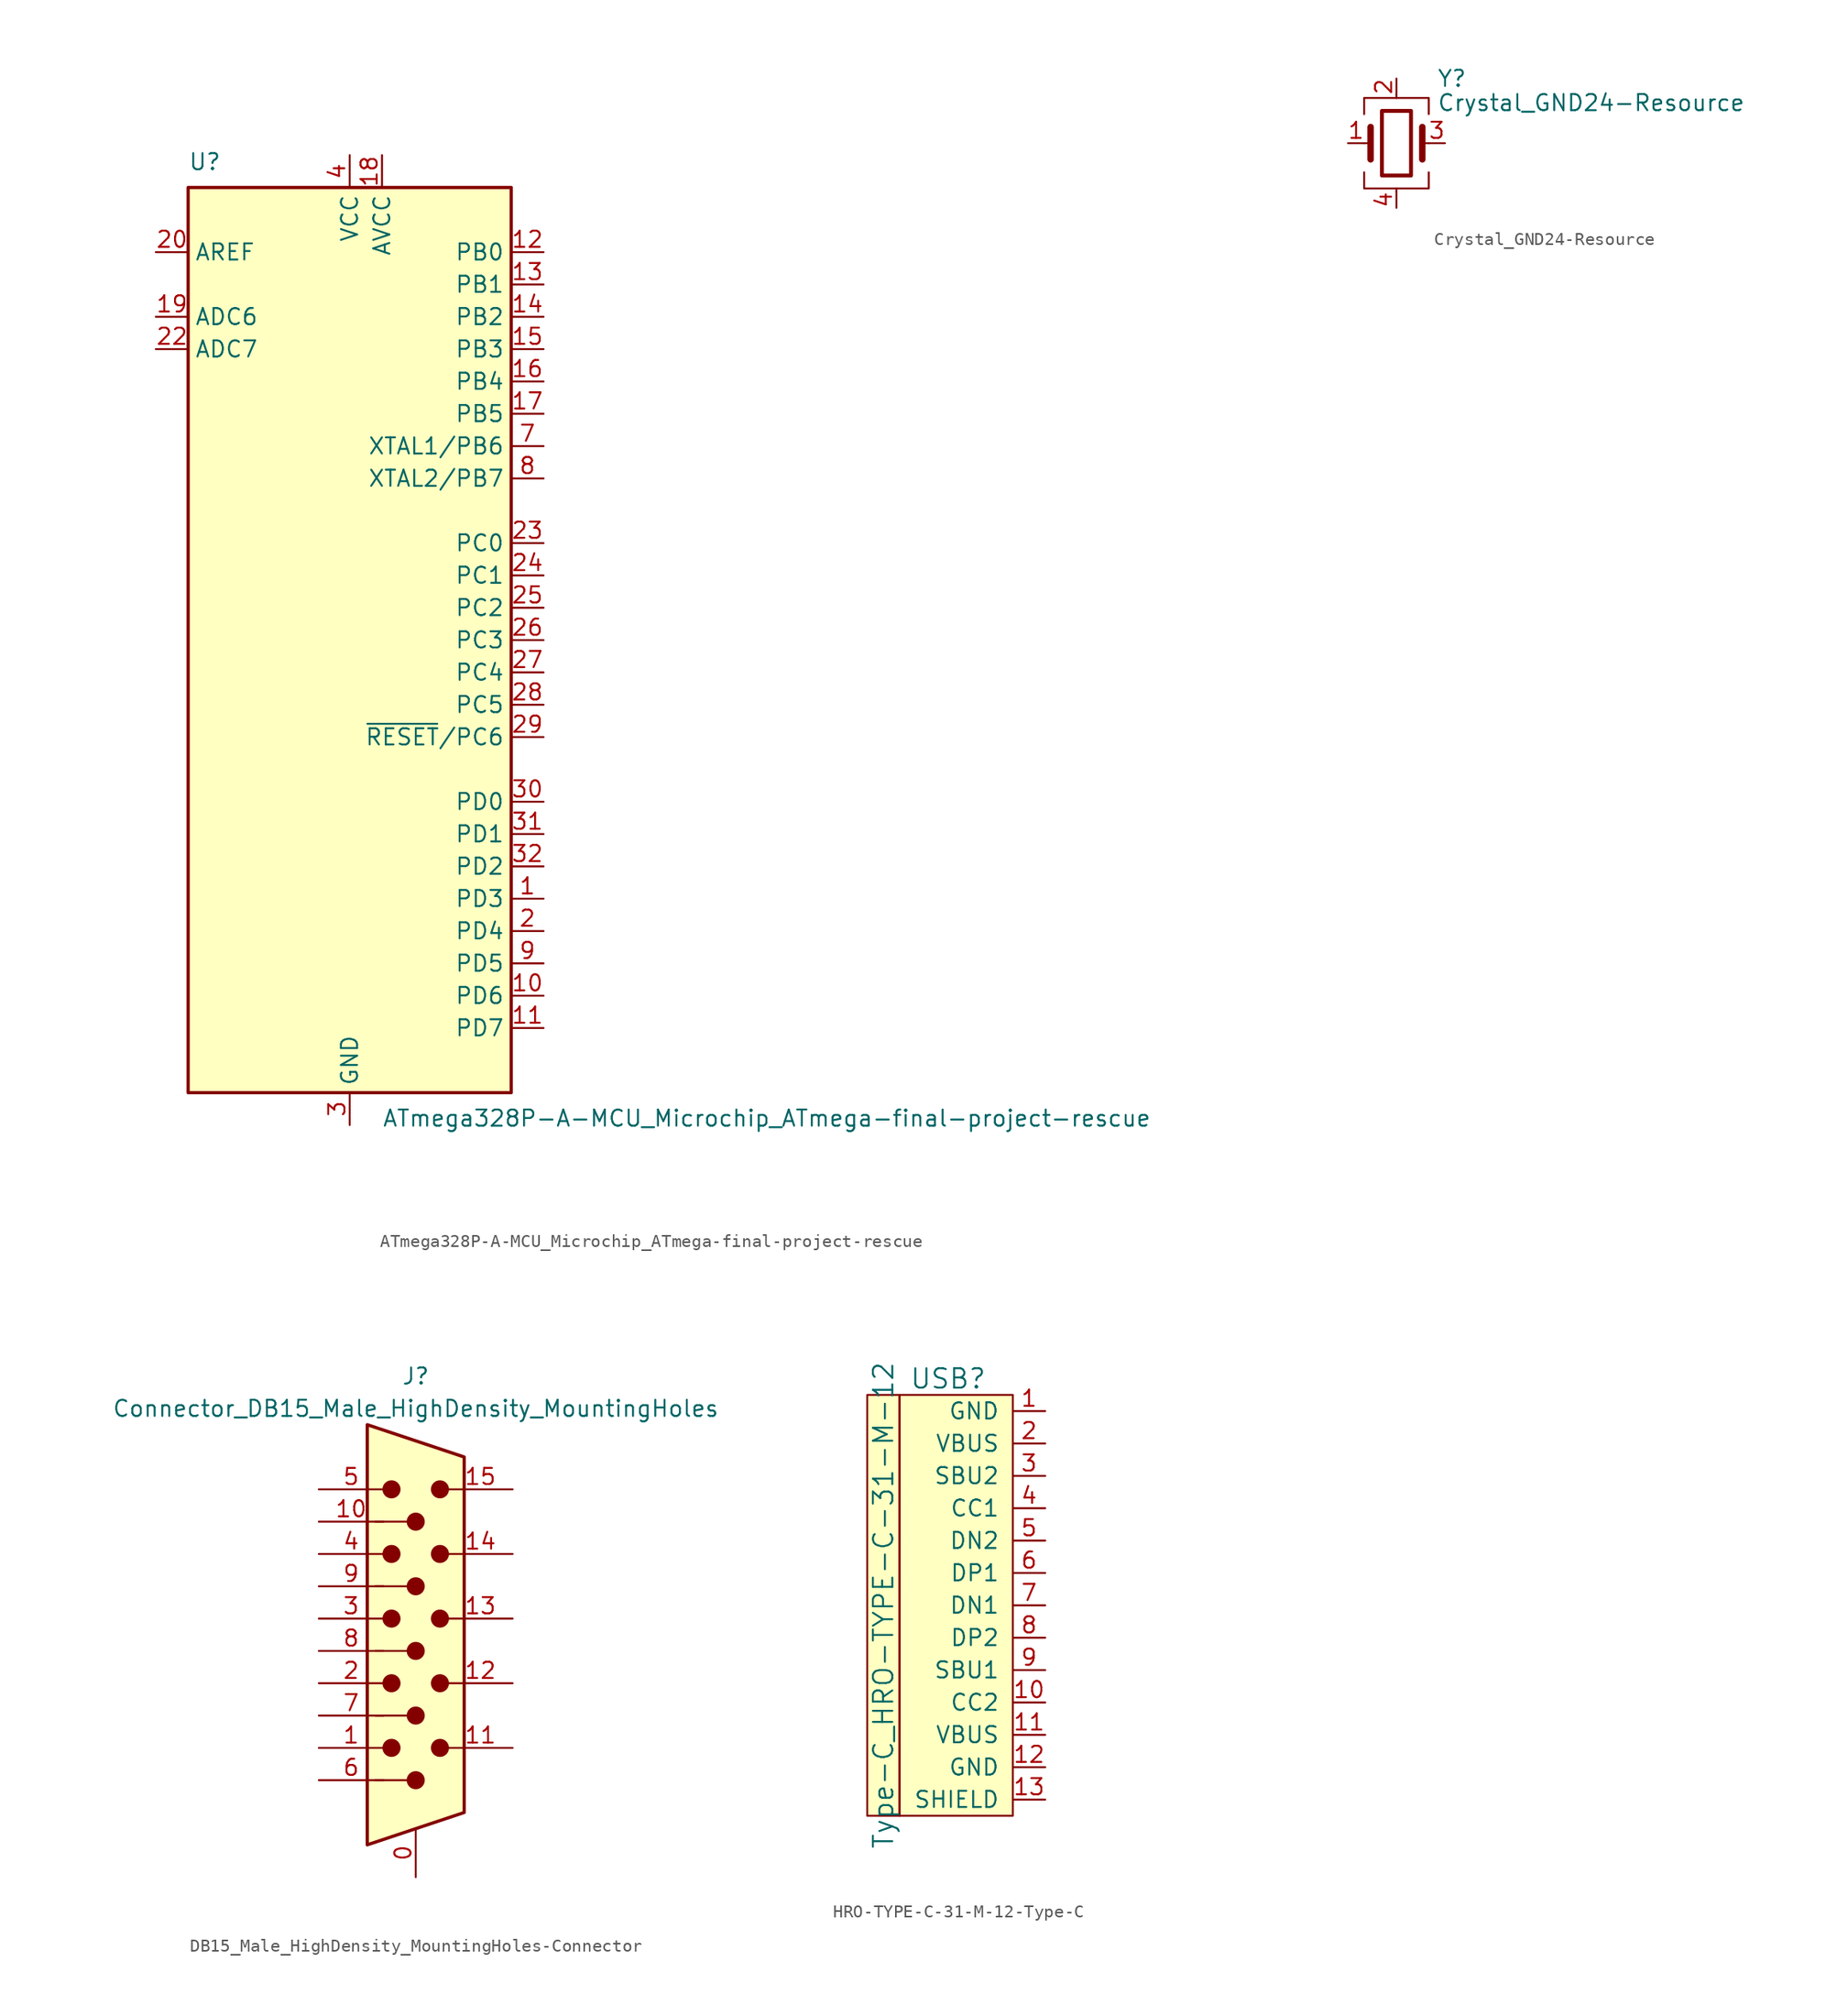
<source format=kicad_sym>
(kicad_symbol_lib
  (version 20220914)
  (generator kicad_symbol_editor)
  (symbol "ATmega328P-A-MCU_Microchip_ATmega-final-project-rescue"
    (property "Reference" "U"
      (at -12.7 36.83 0)
      (effects (font (size 1.27 1.27)) (justify left bottom)))
    (property "Value" "ATmega328P-A-MCU_Microchip_ATmega-final-project-rescue"
      (at 2.54 -36.83 0)
      (effects (font (size 1.27 1.27)) (justify left top)))
    (symbol "ATmega328P-A-MCU_Microchip_ATmega-final-project-rescue_0_1"
      (rectangle (start -12.7 -35.56) (end 12.7 35.56) (stroke (width 0.254) (type solid)) (fill (type background))))
    (symbol "ATmega328P-A-MCU_Microchip_ATmega-final-project-rescue_1_1"
      (pin bidirectional line (at 15.24 -20.32 180) (length 2.54) (name "PD3" (effects (font (size 1.27 1.27)))) (number "1" (effects (font (size 1.27 1.27)))))
      (pin bidirectional line (at 15.24 -27.94 180) (length 2.54) (name "PD6" (effects (font (size 1.27 1.27)))) (number "10" (effects (font (size 1.27 1.27)))))
      (pin bidirectional line (at 15.24 -30.48 180) (length 2.54) (name "PD7" (effects (font (size 1.27 1.27)))) (number "11" (effects (font (size 1.27 1.27)))))
      (pin bidirectional line (at 15.24 30.48 180) (length 2.54) (name "PB0" (effects (font (size 1.27 1.27)))) (number "12" (effects (font (size 1.27 1.27)))))
      (pin bidirectional line (at 15.24 27.94 180) (length 2.54) (name "PB1" (effects (font (size 1.27 1.27)))) (number "13" (effects (font (size 1.27 1.27)))))
      (pin bidirectional line (at 15.24 25.4 180) (length 2.54) (name "PB2" (effects (font (size 1.27 1.27)))) (number "14" (effects (font (size 1.27 1.27)))))
      (pin bidirectional line (at 15.24 22.86 180) (length 2.54) (name "PB3" (effects (font (size 1.27 1.27)))) (number "15" (effects (font (size 1.27 1.27)))))
      (pin bidirectional line (at 15.24 20.32 180) (length 2.54) (name "PB4" (effects (font (size 1.27 1.27)))) (number "16" (effects (font (size 1.27 1.27)))))
      (pin bidirectional line (at 15.24 17.78 180) (length 2.54) (name "PB5" (effects (font (size 1.27 1.27)))) (number "17" (effects (font (size 1.27 1.27)))))
      (pin power_in line (at 2.54 38.1 270) (length 2.54) (name "AVCC" (effects (font (size 1.27 1.27)))) (number "18" (effects (font (size 1.27 1.27)))))
      (pin input line (at -15.24 25.4 0) (length 2.54) (name "ADC6" (effects (font (size 1.27 1.27)))) (number "19" (effects (font (size 1.27 1.27)))))
      (pin bidirectional line (at 15.24 -22.86 180) (length 2.54) (name "PD4" (effects (font (size 1.27 1.27)))) (number "2" (effects (font (size 1.27 1.27)))))
      (pin passive line (at -15.24 30.48 0) (length 2.54) (name "AREF" (effects (font (size 1.27 1.27)))) (number "20" (effects (font (size 1.27 1.27)))))
      (pin passive line (at 0 -38.1 90) (length 2.54) hide (name "GND" (effects (font (size 1.27 1.27)))) (number "21" (effects (font (size 1.27 1.27)))))
      (pin input line (at -15.24 22.86 0) (length 2.54) (name "ADC7" (effects (font (size 1.27 1.27)))) (number "22" (effects (font (size 1.27 1.27)))))
      (pin bidirectional line (at 15.24 7.62 180) (length 2.54) (name "PC0" (effects (font (size 1.27 1.27)))) (number "23" (effects (font (size 1.27 1.27)))))
      (pin bidirectional line (at 15.24 5.08 180) (length 2.54) (name "PC1" (effects (font (size 1.27 1.27)))) (number "24" (effects (font (size 1.27 1.27)))))
      (pin bidirectional line (at 15.24 2.54 180) (length 2.54) (name "PC2" (effects (font (size 1.27 1.27)))) (number "25" (effects (font (size 1.27 1.27)))))
      (pin bidirectional line (at 15.24 0 180) (length 2.54) (name "PC3" (effects (font (size 1.27 1.27)))) (number "26" (effects (font (size 1.27 1.27)))))
      (pin bidirectional line (at 15.24 -2.54 180) (length 2.54) (name "PC4" (effects (font (size 1.27 1.27)))) (number "27" (effects (font (size 1.27 1.27)))))
      (pin bidirectional line (at 15.24 -5.08 180) (length 2.54) (name "PC5" (effects (font (size 1.27 1.27)))) (number "28" (effects (font (size 1.27 1.27)))))
      (pin bidirectional line (at 15.24 -7.62 180) (length 2.54) (name "~{RESET}/PC6" (effects (font (size 1.27 1.27)))) (number "29" (effects (font (size 1.27 1.27)))))
      (pin power_in line (at 0 -38.1 90) (length 2.54) (name "GND" (effects (font (size 1.27 1.27)))) (number "3" (effects (font (size 1.27 1.27)))))
      (pin bidirectional line (at 15.24 -12.7 180) (length 2.54) (name "PD0" (effects (font (size 1.27 1.27)))) (number "30" (effects (font (size 1.27 1.27)))))
      (pin bidirectional line (at 15.24 -15.24 180) (length 2.54) (name "PD1" (effects (font (size 1.27 1.27)))) (number "31" (effects (font (size 1.27 1.27)))))
      (pin bidirectional line (at 15.24 -17.78 180) (length 2.54) (name "PD2" (effects (font (size 1.27 1.27)))) (number "32" (effects (font (size 1.27 1.27)))))
      (pin power_in line (at 0 38.1 270) (length 2.54) (name "VCC" (effects (font (size 1.27 1.27)))) (number "4" (effects (font (size 1.27 1.27)))))
      (pin passive line (at 0 -38.1 90) (length 2.54) hide (name "GND" (effects (font (size 1.27 1.27)))) (number "5" (effects (font (size 1.27 1.27)))))
      (pin passive line (at 0 38.1 270) (length 2.54) hide (name "VCC" (effects (font (size 1.27 1.27)))) (number "6" (effects (font (size 1.27 1.27)))))
      (pin bidirectional line (at 15.24 15.24 180) (length 2.54) (name "XTAL1/PB6" (effects (font (size 1.27 1.27)))) (number "7" (effects (font (size 1.27 1.27)))))
      (pin bidirectional line (at 15.24 12.7 180) (length 2.54) (name "XTAL2/PB7" (effects (font (size 1.27 1.27)))) (number "8" (effects (font (size 1.27 1.27)))))
      (pin bidirectional line (at 15.24 -25.4 180) (length 2.54) (name "PD5" (effects (font (size 1.27 1.27)))) (number "9" (effects (font (size 1.27 1.27)))))))
  (symbol "Crystal_GND24-Resource"
    (pin_names
      (offset 1.016) hide)
    (property "Reference" "Y"
      (at 3.175 5.08 0)
      (effects (font (size 1.27 1.27)) (justify left)))
    (property "Value" "Crystal_GND24-Resource"
      (at 3.175 3.175 0)
      (effects (font (size 1.27 1.27)) (justify left)))
    (symbol "Crystal_GND24-Resource_0_1"
      (rectangle (start -1.143 2.54) (end 1.143 -2.54) (stroke (width 0.305) (type solid)) (fill (type none)))
      (polyline (pts (xy -2.54 0) (xy -2.032 0)) (stroke (width 0) (type solid)) (fill (type none)))
      (polyline (pts (xy -2.032 -1.27) (xy -2.032 1.27)) (stroke (width 0.508) (type solid)) (fill (type none)))
      (polyline (pts (xy 0 -3.81) (xy 0 -3.556)) (stroke (width 0) (type solid)) (fill (type none)))
      (polyline (pts (xy 0 3.556) (xy 0 3.81)) (stroke (width 0) (type solid)) (fill (type none)))
      (polyline (pts (xy 2.032 -1.27) (xy 2.032 1.27)) (stroke (width 0.508) (type solid)) (fill (type none)))
      (polyline (pts (xy 2.032 0) (xy 2.54 0)) (stroke (width 0) (type solid)) (fill (type none)))
      (polyline (pts (xy -2.54 -2.286) (xy -2.54 -3.556) (xy 2.54 -3.556) (xy 2.54 -2.286)) (stroke (width 0) (type solid)) (fill (type none)))
      (polyline (pts (xy -2.54 2.286) (xy -2.54 3.556) (xy 2.54 3.556) (xy 2.54 2.286)) (stroke (width 0) (type solid)) (fill (type none))))
    (symbol "Crystal_GND24-Resource_1_1"
      (pin passive line (at -3.81 0 0) (length 1.27) (name "1" (effects (font (size 1.27 1.27)))) (number "1" (effects (font (size 1.27 1.27)))))
      (pin passive line (at 0 5.08 270) (length 1.27) (name "2" (effects (font (size 1.27 1.27)))) (number "2" (effects (font (size 1.27 1.27)))))
      (pin passive line (at 3.81 0 180) (length 1.27) (name "3" (effects (font (size 1.27 1.27)))) (number "3" (effects (font (size 1.27 1.27)))))
      (pin passive line (at 0 -5.08 90) (length 1.27) (name "4" (effects (font (size 1.27 1.27)))) (number "4" (effects (font (size 1.27 1.27)))))))
  (symbol "DB15_Male_HighDensity_MountingHoles-Connector"
    (pin_names
      (offset 1.016) hide)
    (property "Reference" "J"
      (at 0 21.59 0)
      (effects (font (size 1.27 1.27))))
    (property "Value" "Connector_DB15_Male_HighDensity_MountingHoles"
      (at 0 19.05 0)
      (effects (font (size 1.27 1.27))))
    (symbol "DB15_Male_HighDensity_MountingHoles-Connector_0_1"
      (circle (center -1.905 -7.62) (radius 0.635) (stroke (width 0) (type solid)) (fill (type outline)))
      (circle (center -1.905 -2.54) (radius 0.635) (stroke (width 0) (type solid)) (fill (type outline)))
      (circle (center -1.905 2.54) (radius 0.635) (stroke (width 0) (type solid)) (fill (type outline)))
      (circle (center -1.905 7.62) (radius 0.635) (stroke (width 0) (type solid)) (fill (type outline)))
      (circle (center -1.905 12.7) (radius 0.635) (stroke (width 0) (type solid)) (fill (type outline)))
      (circle (center 0 -10.16) (radius 0.635) (stroke (width 0) (type solid)) (fill (type outline)))
      (circle (center 0 -5.08) (radius 0.635) (stroke (width 0) (type solid)) (fill (type outline)))
      (polyline (pts (xy -3.175 -5.08) (xy -0.635 -5.08)) (stroke (width 0) (type solid)) (fill (type none)))
      (polyline (pts (xy -0.635 -10.16) (xy -3.175 -10.16)) (stroke (width 0) (type solid)) (fill (type none)))
      (polyline (pts (xy -0.635 0) (xy -3.175 0)) (stroke (width 0) (type solid)) (fill (type none)))
      (polyline (pts (xy -0.635 5.08) (xy -3.175 5.08)) (stroke (width 0) (type solid)) (fill (type none)))
      (polyline (pts (xy -0.635 10.16) (xy -3.175 10.16)) (stroke (width 0) (type solid)) (fill (type none)))
      (polyline (pts (xy -3.81 17.78) (xy -3.81 -15.24) (xy 3.81 -12.7) (xy 3.81 15.24) (xy -3.81 17.78)) (stroke (width 0.254) (type solid)) (fill (type background)))
      (circle (center 0 0) (radius 0.635) (stroke (width 0) (type solid)) (fill (type outline)))
      (circle (center 0 5.08) (radius 0.635) (stroke (width 0) (type solid)) (fill (type outline)))
      (circle (center 0 10.16) (radius 0.635) (stroke (width 0) (type solid)) (fill (type outline)))
      (circle (center 1.905 -7.62) (radius 0.635) (stroke (width 0) (type solid)) (fill (type outline)))
      (circle (center 1.905 -2.54) (radius 0.635) (stroke (width 0) (type solid)) (fill (type outline)))
      (circle (center 1.905 2.54) (radius 0.635) (stroke (width 0) (type solid)) (fill (type outline)))
      (circle (center 1.905 7.62) (radius 0.635) (stroke (width 0) (type solid)) (fill (type outline)))
      (circle (center 1.905 12.7) (radius 0.635) (stroke (width 0) (type solid)) (fill (type outline))))
    (symbol "DB15_Male_HighDensity_MountingHoles-Connector_1_1"
      (pin passive line (at 0 -17.78 90) (length 3.81) (name "~" (effects (font (size 1.27 1.27)))) (number "0" (effects (font (size 1.27 1.27)))))
      (pin passive line (at -7.62 -7.62 0) (length 5.08) (name "~" (effects (font (size 1.27 1.27)))) (number "1" (effects (font (size 1.27 1.27)))))
      (pin passive line (at -7.62 10.16 0) (length 5.08) (name "~" (effects (font (size 1.27 1.27)))) (number "10" (effects (font (size 1.27 1.27)))))
      (pin passive line (at 7.62 -7.62 180) (length 5.08) (name "~" (effects (font (size 1.27 1.27)))) (number "11" (effects (font (size 1.27 1.27)))))
      (pin passive line (at 7.62 -2.54 180) (length 5.08) (name "~" (effects (font (size 1.27 1.27)))) (number "12" (effects (font (size 1.27 1.27)))))
      (pin passive line (at 7.62 2.54 180) (length 5.08) (name "~" (effects (font (size 1.27 1.27)))) (number "13" (effects (font (size 1.27 1.27)))))
      (pin passive line (at 7.62 7.62 180) (length 5.08) (name "~" (effects (font (size 1.27 1.27)))) (number "14" (effects (font (size 1.27 1.27)))))
      (pin passive line (at 7.62 12.7 180) (length 5.08) (name "~" (effects (font (size 1.27 1.27)))) (number "15" (effects (font (size 1.27 1.27)))))
      (pin passive line (at -7.62 -2.54 0) (length 5.08) (name "~" (effects (font (size 1.27 1.27)))) (number "2" (effects (font (size 1.27 1.27)))))
      (pin passive line (at -7.62 2.54 0) (length 5.08) (name "~" (effects (font (size 1.27 1.27)))) (number "3" (effects (font (size 1.27 1.27)))))
      (pin passive line (at -7.62 7.62 0) (length 5.08) (name "~" (effects (font (size 1.27 1.27)))) (number "4" (effects (font (size 1.27 1.27)))))
      (pin passive line (at -7.62 12.7 0) (length 5.08) (name "~" (effects (font (size 1.27 1.27)))) (number "5" (effects (font (size 1.27 1.27)))))
      (pin passive line (at -7.62 -10.16 0) (length 5.08) (name "~" (effects (font (size 1.27 1.27)))) (number "6" (effects (font (size 1.27 1.27)))))
      (pin passive line (at -7.62 -5.08 0) (length 5.08) (name "~" (effects (font (size 1.27 1.27)))) (number "7" (effects (font (size 1.27 1.27)))))
      (pin passive line (at -7.62 0 0) (length 5.08) (name "~" (effects (font (size 1.27 1.27)))) (number "8" (effects (font (size 1.27 1.27)))))
      (pin passive line (at -7.62 5.08 0) (length 5.08) (name "~" (effects (font (size 1.27 1.27)))) (number "9" (effects (font (size 1.27 1.27)))))))
  (symbol "HRO-TYPE-C-31-M-12-Type-C"
    (pin_names
      (offset 1.016))
    (property "Reference" "USB"
      (at -5.08 16.51 0)
      (effects (font (size 1.524 1.524))))
    (property "Value" "Type-C_HRO-TYPE-C-31-M-12"
      (at -10.16 -1.27 90)
      (effects (font (size 1.524 1.524))))
    (symbol "HRO-TYPE-C-31-M-12-Type-C_0_1"
      (rectangle (start -11.43 15.24) (end -8.89 -17.78) (stroke (width 0) (type solid)) (fill (type background)))
      (rectangle (start 0 -17.78) (end -8.89 15.24) (stroke (width 0) (type solid)) (fill (type background))))
    (symbol "HRO-TYPE-C-31-M-12-Type-C_1_1"
      (pin input line (at 2.54 13.97 180) (length 2.54) (name "GND" (effects (font (size 1.27 1.27)))) (number "1" (effects (font (size 1.27 1.27)))))
      (pin input line (at 2.54 -8.89 180) (length 2.54) (name "CC2" (effects (font (size 1.27 1.27)))) (number "10" (effects (font (size 1.27 1.27)))))
      (pin input line (at 2.54 -11.43 180) (length 2.54) (name "VBUS" (effects (font (size 1.27 1.27)))) (number "11" (effects (font (size 1.27 1.27)))))
      (pin input line (at 2.54 -13.97 180) (length 2.54) (name "GND" (effects (font (size 1.27 1.27)))) (number "12" (effects (font (size 1.27 1.27)))))
      (pin input line (at 2.54 -16.51 180) (length 2.54) (name "SHIELD" (effects (font (size 1.27 1.27)))) (number "13" (effects (font (size 1.27 1.27)))))
      (pin input line (at 2.54 11.43 180) (length 2.54) (name "VBUS" (effects (font (size 1.27 1.27)))) (number "2" (effects (font (size 1.27 1.27)))))
      (pin input line (at 2.54 8.89 180) (length 2.54) (name "SBU2" (effects (font (size 1.27 1.27)))) (number "3" (effects (font (size 1.27 1.27)))))
      (pin input line (at 2.54 6.35 180) (length 2.54) (name "CC1" (effects (font (size 1.27 1.27)))) (number "4" (effects (font (size 1.27 1.27)))))
      (pin input line (at 2.54 3.81 180) (length 2.54) (name "DN2" (effects (font (size 1.27 1.27)))) (number "5" (effects (font (size 1.27 1.27)))))
      (pin input line (at 2.54 1.27 180) (length 2.54) (name "DP1" (effects (font (size 1.27 1.27)))) (number "6" (effects (font (size 1.27 1.27)))))
      (pin input line (at 2.54 -1.27 180) (length 2.54) (name "DN1" (effects (font (size 1.27 1.27)))) (number "7" (effects (font (size 1.27 1.27)))))
      (pin input line (at 2.54 -3.81 180) (length 2.54) (name "DP2" (effects (font (size 1.27 1.27)))) (number "8" (effects (font (size 1.27 1.27)))))
      (pin input line (at 2.54 -6.35 180) (length 2.54) (name "SBU1" (effects (font (size 1.27 1.27)))) (number "9" (effects (font (size 1.27 1.27))))))))
</source>
